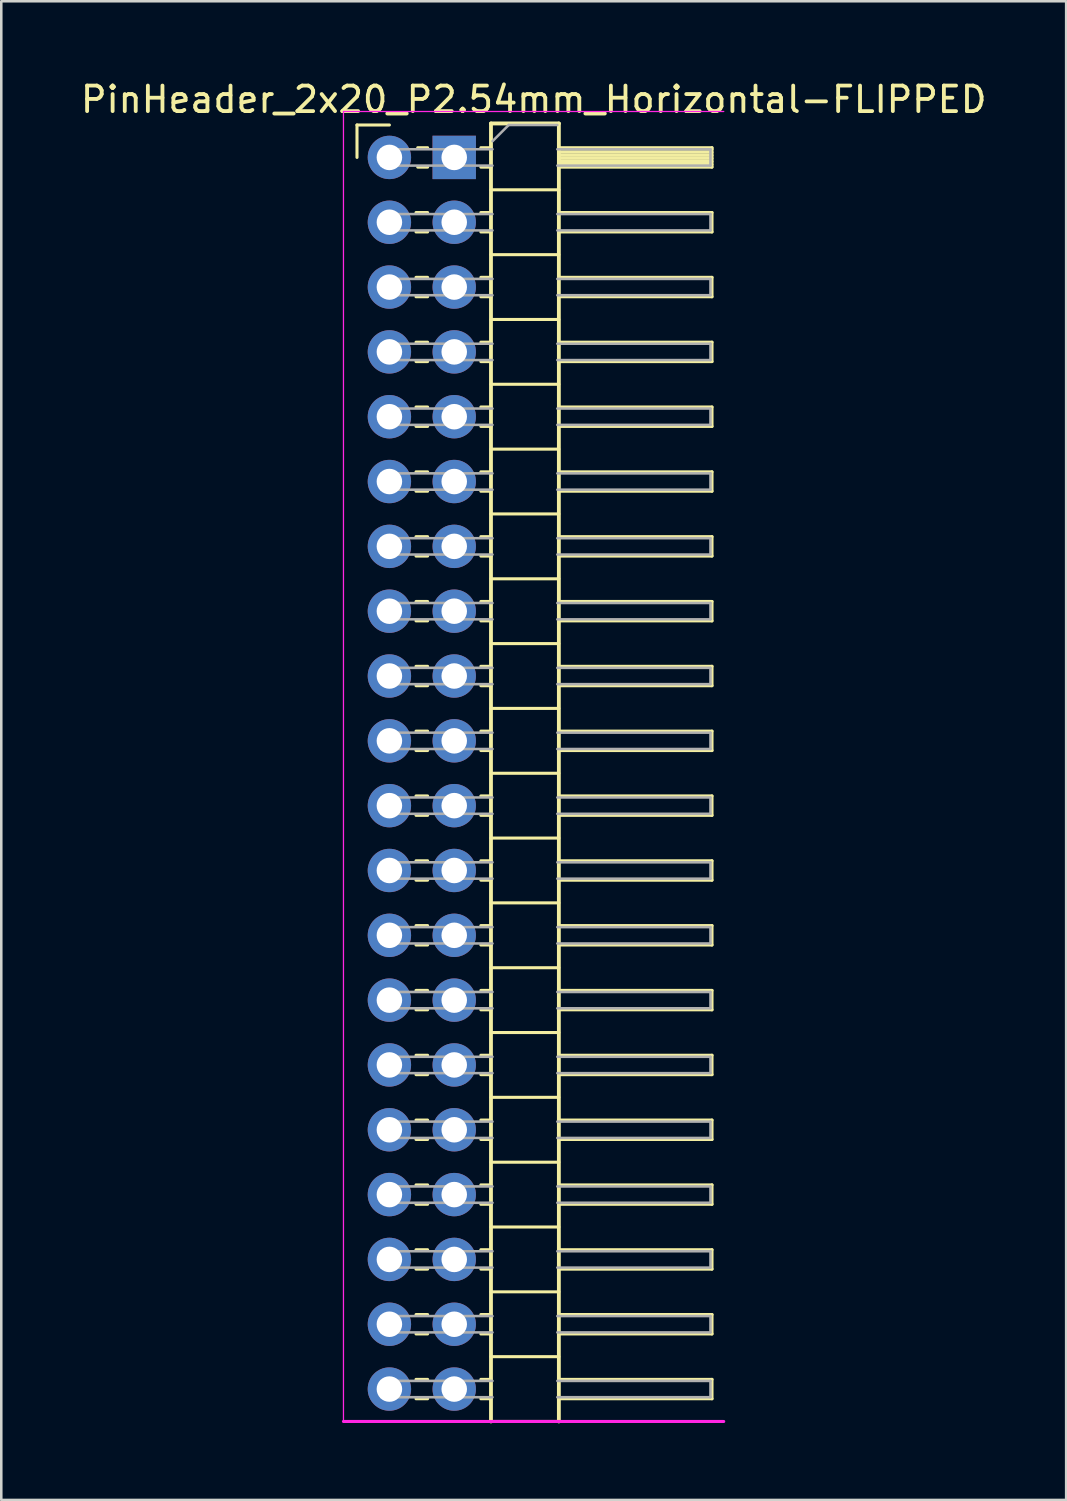
<source format=kicad_pcb>
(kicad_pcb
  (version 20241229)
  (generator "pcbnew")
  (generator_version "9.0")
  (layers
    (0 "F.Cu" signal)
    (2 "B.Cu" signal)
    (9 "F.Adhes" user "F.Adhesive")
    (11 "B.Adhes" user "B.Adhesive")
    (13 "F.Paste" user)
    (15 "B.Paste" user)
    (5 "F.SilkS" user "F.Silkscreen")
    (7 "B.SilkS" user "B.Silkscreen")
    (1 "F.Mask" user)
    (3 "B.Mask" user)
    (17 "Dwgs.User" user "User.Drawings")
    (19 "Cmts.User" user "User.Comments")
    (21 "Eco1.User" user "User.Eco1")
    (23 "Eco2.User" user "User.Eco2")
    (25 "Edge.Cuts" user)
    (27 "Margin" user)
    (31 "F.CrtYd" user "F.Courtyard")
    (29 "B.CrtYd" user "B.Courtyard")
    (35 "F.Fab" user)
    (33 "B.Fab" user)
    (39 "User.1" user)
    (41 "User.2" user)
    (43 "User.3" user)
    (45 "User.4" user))
  (footprint "PinHeader_2x20_P2.54mm_Horizontal-FLIPPED"
    (layer "F.Cu")
    (at 12.208 3.118)
    (property "Reference" "PinHeader_2x20_P2.54mm_Horizontal-FLIPPED" (at 5.655 -2.27 0) (layer "F.SilkS") (effects (font (size 1 1) (thickness 0.15))))
    (attr through_hole)
    (fp_line (start -1.27 -1.27) (end 0 -1.27) (stroke (width 0.12) (type solid)) (layer "F.SilkS"))
    (fp_line (start -1.27 0) (end -1.27 -1.27) (stroke (width 0.12) (type solid)) (layer "F.SilkS"))
    (fp_line (start 1.043 2.16) (end 1.497 2.16) (stroke (width 0.12) (type solid)) (layer "F.SilkS"))
    (fp_line (start 1.043 2.92) (end 1.497 2.92) (stroke (width 0.12) (type solid)) (layer "F.SilkS"))
    (fp_line (start 1.043 4.7) (end 1.497 4.7) (stroke (width 0.12) (type solid)) (layer "F.SilkS"))
    (fp_line (start 1.043 5.46) (end 1.497 5.46) (stroke (width 0.12) (type solid)) (layer "F.SilkS"))
    (fp_line (start 1.043 7.24) (end 1.497 7.24) (stroke (width 0.12) (type solid)) (layer "F.SilkS"))
    (fp_line (start 1.043 8) (end 1.497 8) (stroke (width 0.12) (type solid)) (layer "F.SilkS"))
    (fp_line (start 1.043 9.78) (end 1.497 9.78) (stroke (width 0.12) (type solid)) (layer "F.SilkS"))
    (fp_line (start 1.043 10.54) (end 1.497 10.54) (stroke (width 0.12) (type solid)) (layer "F.SilkS"))
    (fp_line (start 1.043 12.32) (end 1.497 12.32) (stroke (width 0.12) (type solid)) (layer "F.SilkS"))
    (fp_line (start 1.043 13.08) (end 1.497 13.08) (stroke (width 0.12) (type solid)) (layer "F.SilkS"))
    (fp_line (start 1.043 14.86) (end 1.497 14.86) (stroke (width 0.12) (type solid)) (layer "F.SilkS"))
    (fp_line (start 1.043 15.62) (end 1.497 15.62) (stroke (width 0.12) (type solid)) (layer "F.SilkS"))
    (fp_line (start 1.043 17.4) (end 1.497 17.4) (stroke (width 0.12) (type solid)) (layer "F.SilkS"))
    (fp_line (start 1.043 18.16) (end 1.497 18.16) (stroke (width 0.12) (type solid)) (layer "F.SilkS"))
    (fp_line (start 1.043 19.94) (end 1.497 19.94) (stroke (width 0.12) (type solid)) (layer "F.SilkS"))
    (fp_line (start 1.043 20.7) (end 1.497 20.7) (stroke (width 0.12) (type solid)) (layer "F.SilkS"))
    (fp_line (start 1.043 22.48) (end 1.497 22.48) (stroke (width 0.12) (type solid)) (layer "F.SilkS"))
    (fp_line (start 1.043 23.24) (end 1.497 23.24) (stroke (width 0.12) (type solid)) (layer "F.SilkS"))
    (fp_line (start 1.043 25.02) (end 1.497 25.02) (stroke (width 0.12) (type solid)) (layer "F.SilkS"))
    (fp_line (start 1.043 25.78) (end 1.497 25.78) (stroke (width 0.12) (type solid)) (layer "F.SilkS"))
    (fp_line (start 1.043 27.56) (end 1.497 27.56) (stroke (width 0.12) (type solid)) (layer "F.SilkS"))
    (fp_line (start 1.043 28.32) (end 1.497 28.32) (stroke (width 0.12) (type solid)) (layer "F.SilkS"))
    (fp_line (start 1.043 30.1) (end 1.497 30.1) (stroke (width 0.12) (type solid)) (layer "F.SilkS"))
    (fp_line (start 1.043 30.86) (end 1.497 30.86) (stroke (width 0.12) (type solid)) (layer "F.SilkS"))
    (fp_line (start 1.043 32.64) (end 1.497 32.64) (stroke (width 0.12) (type solid)) (layer "F.SilkS"))
    (fp_line (start 1.043 33.4) (end 1.497 33.4) (stroke (width 0.12) (type solid)) (layer "F.SilkS"))
    (fp_line (start 1.043 35.18) (end 1.497 35.18) (stroke (width 0.12) (type solid)) (layer "F.SilkS"))
    (fp_line (start 1.043 35.94) (end 1.497 35.94) (stroke (width 0.12) (type solid)) (layer "F.SilkS"))
    (fp_line (start 1.043 37.72) (end 1.497 37.72) (stroke (width 0.12) (type solid)) (layer "F.SilkS"))
    (fp_line (start 1.043 38.48) (end 1.497 38.48) (stroke (width 0.12) (type solid)) (layer "F.SilkS"))
    (fp_line (start 1.043 40.26) (end 1.497 40.26) (stroke (width 0.12) (type solid)) (layer "F.SilkS"))
    (fp_line (start 1.043 41.02) (end 1.497 41.02) (stroke (width 0.12) (type solid)) (layer "F.SilkS"))
    (fp_line (start 1.043 42.8) (end 1.497 42.8) (stroke (width 0.12) (type solid)) (layer "F.SilkS"))
    (fp_line (start 1.043 43.56) (end 1.497 43.56) (stroke (width 0.12) (type solid)) (layer "F.SilkS"))
    (fp_line (start 1.043 45.34) (end 1.497 45.34) (stroke (width 0.12) (type solid)) (layer "F.SilkS"))
    (fp_line (start 1.043 46.1) (end 1.497 46.1) (stroke (width 0.12) (type solid)) (layer "F.SilkS"))
    (fp_line (start 1.043 47.88) (end 1.497 47.88) (stroke (width 0.12) (type solid)) (layer "F.SilkS"))
    (fp_line (start 1.043 48.64) (end 1.497 48.64) (stroke (width 0.12) (type solid)) (layer "F.SilkS"))
    (fp_line (start 1.11 -0.38) (end 1.497 -0.38) (stroke (width 0.12) (type solid)) (layer "F.SilkS"))
    (fp_line (start 1.11 0.38) (end 1.497 0.38) (stroke (width 0.12) (type solid)) (layer "F.SilkS"))
    (fp_line (start 3.583 -0.38) (end 3.98 -0.38) (stroke (width 0.12) (type solid)) (layer "F.SilkS"))
    (fp_line (start 3.583 0.38) (end 3.98 0.38) (stroke (width 0.12) (type solid)) (layer "F.SilkS"))
    (fp_line (start 3.583 2.16) (end 3.98 2.16) (stroke (width 0.12) (type solid)) (layer "F.SilkS"))
    (fp_line (start 3.583 2.92) (end 3.98 2.92) (stroke (width 0.12) (type solid)) (layer "F.SilkS"))
    (fp_line (start 3.583 4.7) (end 3.98 4.7) (stroke (width 0.12) (type solid)) (layer "F.SilkS"))
    (fp_line (start 3.583 5.46) (end 3.98 5.46) (stroke (width 0.12) (type solid)) (layer "F.SilkS"))
    (fp_line (start 3.583 7.24) (end 3.98 7.24) (stroke (width 0.12) (type solid)) (layer "F.SilkS"))
    (fp_line (start 3.583 8) (end 3.98 8) (stroke (width 0.12) (type solid)) (layer "F.SilkS"))
    (fp_line (start 3.583 9.78) (end 3.98 9.78) (stroke (width 0.12) (type solid)) (layer "F.SilkS"))
    (fp_line (start 3.583 10.54) (end 3.98 10.54) (stroke (width 0.12) (type solid)) (layer "F.SilkS"))
    (fp_line (start 3.583 12.32) (end 3.98 12.32) (stroke (width 0.12) (type solid)) (layer "F.SilkS"))
    (fp_line (start 3.583 13.08) (end 3.98 13.08) (stroke (width 0.12) (type solid)) (layer "F.SilkS"))
    (fp_line (start 3.583 14.86) (end 3.98 14.86) (stroke (width 0.12) (type solid)) (layer "F.SilkS"))
    (fp_line (start 3.583 15.62) (end 3.98 15.62) (stroke (width 0.12) (type solid)) (layer "F.SilkS"))
    (fp_line (start 3.583 17.4) (end 3.98 17.4) (stroke (width 0.12) (type solid)) (layer "F.SilkS"))
    (fp_line (start 3.583 18.16) (end 3.98 18.16) (stroke (width 0.12) (type solid)) (layer "F.SilkS"))
    (fp_line (start 3.583 19.94) (end 3.98 19.94) (stroke (width 0.12) (type solid)) (layer "F.SilkS"))
    (fp_line (start 3.583 20.7) (end 3.98 20.7) (stroke (width 0.12) (type solid)) (layer "F.SilkS"))
    (fp_line (start 3.583 22.48) (end 3.98 22.48) (stroke (width 0.12) (type solid)) (layer "F.SilkS"))
    (fp_line (start 3.583 23.24) (end 3.98 23.24) (stroke (width 0.12) (type solid)) (layer "F.SilkS"))
    (fp_line (start 3.583 25.02) (end 3.98 25.02) (stroke (width 0.12) (type solid)) (layer "F.SilkS"))
    (fp_line (start 3.583 25.78) (end 3.98 25.78) (stroke (width 0.12) (type solid)) (layer "F.SilkS"))
    (fp_line (start 3.583 27.56) (end 3.98 27.56) (stroke (width 0.12) (type solid)) (layer "F.SilkS"))
    (fp_line (start 3.583 28.32) (end 3.98 28.32) (stroke (width 0.12) (type solid)) (layer "F.SilkS"))
    (fp_line (start 3.583 30.1) (end 3.98 30.1) (stroke (width 0.12) (type solid)) (layer "F.SilkS"))
    (fp_line (start 3.583 30.86) (end 3.98 30.86) (stroke (width 0.12) (type solid)) (layer "F.SilkS"))
    (fp_line (start 3.583 32.64) (end 3.98 32.64) (stroke (width 0.12) (type solid)) (layer "F.SilkS"))
    (fp_line (start 3.583 33.4) (end 3.98 33.4) (stroke (width 0.12) (type solid)) (layer "F.SilkS"))
    (fp_line (start 3.583 35.18) (end 3.98 35.18) (stroke (width 0.12) (type solid)) (layer "F.SilkS"))
    (fp_line (start 3.583 35.94) (end 3.98 35.94) (stroke (width 0.12) (type solid)) (layer "F.SilkS"))
    (fp_line (start 3.583 37.72) (end 3.98 37.72) (stroke (width 0.12) (type solid)) (layer "F.SilkS"))
    (fp_line (start 3.583 38.48) (end 3.98 38.48) (stroke (width 0.12) (type solid)) (layer "F.SilkS"))
    (fp_line (start 3.583 40.26) (end 3.98 40.26) (stroke (width 0.12) (type solid)) (layer "F.SilkS"))
    (fp_line (start 3.583 41.02) (end 3.98 41.02) (stroke (width 0.12) (type solid)) (layer "F.SilkS"))
    (fp_line (start 3.583 42.8) (end 3.98 42.8) (stroke (width 0.12) (type solid)) (layer "F.SilkS"))
    (fp_line (start 3.583 43.56) (end 3.98 43.56) (stroke (width 0.12) (type solid)) (layer "F.SilkS"))
    (fp_line (start 3.583 45.34) (end 3.98 45.34) (stroke (width 0.12) (type solid)) (layer "F.SilkS"))
    (fp_line (start 3.583 46.1) (end 3.98 46.1) (stroke (width 0.12) (type solid)) (layer "F.SilkS"))
    (fp_line (start 3.583 47.88) (end 3.98 47.88) (stroke (width 0.12) (type solid)) (layer "F.SilkS"))
    (fp_line (start 3.583 48.64) (end 3.98 48.64) (stroke (width 0.12) (type solid)) (layer "F.SilkS"))
    (fp_line (start 3.98 -1.33) (end 6.64 -1.33) (stroke (width 0.15) (type solid)) (layer "F.SilkS"))
    (fp_line (start 3.98 1.27) (end 6.64 1.27) (stroke (width 0.12) (type solid)) (layer "F.SilkS"))
    (fp_line (start 3.98 3.81) (end 6.64 3.81) (stroke (width 0.12) (type solid)) (layer "F.SilkS"))
    (fp_line (start 3.98 6.35) (end 6.64 6.35) (stroke (width 0.12) (type solid)) (layer "F.SilkS"))
    (fp_line (start 3.98 8.89) (end 6.64 8.89) (stroke (width 0.12) (type solid)) (layer "F.SilkS"))
    (fp_line (start 3.98 11.43) (end 6.64 11.43) (stroke (width 0.12) (type solid)) (layer "F.SilkS"))
    (fp_line (start 3.98 13.97) (end 6.64 13.97) (stroke (width 0.12) (type solid)) (layer "F.SilkS"))
    (fp_line (start 3.98 16.51) (end 6.64 16.51) (stroke (width 0.12) (type solid)) (layer "F.SilkS"))
    (fp_line (start 3.98 19.05) (end 6.64 19.05) (stroke (width 0.12) (type solid)) (layer "F.SilkS"))
    (fp_line (start 3.98 21.59) (end 6.64 21.59) (stroke (width 0.12) (type solid)) (layer "F.SilkS"))
    (fp_line (start 3.98 24.13) (end 6.64 24.13) (stroke (width 0.12) (type solid)) (layer "F.SilkS"))
    (fp_line (start 3.98 26.67) (end 6.64 26.67) (stroke (width 0.12) (type solid)) (layer "F.SilkS"))
    (fp_line (start 3.98 29.21) (end 6.64 29.21) (stroke (width 0.12) (type solid)) (layer "F.SilkS"))
    (fp_line (start 3.98 31.75) (end 6.64 31.75) (stroke (width 0.12) (type solid)) (layer "F.SilkS"))
    (fp_line (start 3.98 34.29) (end 6.64 34.29) (stroke (width 0.12) (type solid)) (layer "F.SilkS"))
    (fp_line (start 3.98 36.83) (end 6.64 36.83) (stroke (width 0.12) (type solid)) (layer "F.SilkS"))
    (fp_line (start 3.98 39.37) (end 6.64 39.37) (stroke (width 0.12) (type solid)) (layer "F.SilkS"))
    (fp_line (start 3.98 41.91) (end 6.64 41.91) (stroke (width 0.12) (type solid)) (layer "F.SilkS"))
    (fp_line (start 3.98 44.45) (end 6.64 44.45) (stroke (width 0.12) (type solid)) (layer "F.SilkS"))
    (fp_line (start 3.98 46.99) (end 6.64 46.99) (stroke (width 0.12) (type solid)) (layer "F.SilkS"))
    (fp_line (start 3.98 49.53) (end 3.98 -1.33) (stroke (width 0.15) (type solid)) (layer "F.SilkS"))
    (fp_line (start 3.98 49.53) (end 6.64 49.53) (stroke (width 0.12) (type solid)) (layer "F.SilkS"))
    (fp_line (start 6.64 -1.33) (end 3.98 -1.33) (stroke (width 0.12) (type solid)) (layer "F.SilkS"))
    (fp_line (start 6.64 -1.33) (end 6.64 49.53) (stroke (width 0.15) (type solid)) (layer "F.SilkS"))
    (fp_line (start 6.64 -0.38) (end 12.64 -0.38) (stroke (width 0.12) (type solid)) (layer "F.SilkS"))
    (fp_line (start 6.64 -0.32) (end 12.64 -0.32) (stroke (width 0.12) (type solid)) (layer "F.SilkS"))
    (fp_line (start 6.64 -0.2) (end 12.64 -0.2) (stroke (width 0.12) (type solid)) (layer "F.SilkS"))
    (fp_line (start 6.64 -0.08) (end 12.64 -0.08) (stroke (width 0.12) (type solid)) (layer "F.SilkS"))
    (fp_line (start 6.64 0.04) (end 12.64 0.04) (stroke (width 0.12) (type solid)) (layer "F.SilkS"))
    (fp_line (start 6.64 0.16) (end 12.64 0.16) (stroke (width 0.12) (type solid)) (layer "F.SilkS"))
    (fp_line (start 6.64 0.28) (end 12.64 0.28) (stroke (width 0.12) (type solid)) (layer "F.SilkS"))
    (fp_line (start 6.64 2.16) (end 12.64 2.16) (stroke (width 0.12) (type solid)) (layer "F.SilkS"))
    (fp_line (start 6.64 4.7) (end 12.64 4.7) (stroke (width 0.12) (type solid)) (layer "F.SilkS"))
    (fp_line (start 6.64 7.24) (end 12.64 7.24) (stroke (width 0.12) (type solid)) (layer "F.SilkS"))
    (fp_line (start 6.64 9.78) (end 12.64 9.78) (stroke (width 0.12) (type solid)) (layer "F.SilkS"))
    (fp_line (start 6.64 12.32) (end 12.64 12.32) (stroke (width 0.12) (type solid)) (layer "F.SilkS"))
    (fp_line (start 6.64 14.86) (end 12.64 14.86) (stroke (width 0.12) (type solid)) (layer "F.SilkS"))
    (fp_line (start 6.64 17.4) (end 12.64 17.4) (stroke (width 0.12) (type solid)) (layer "F.SilkS"))
    (fp_line (start 6.64 19.94) (end 12.64 19.94) (stroke (width 0.12) (type solid)) (layer "F.SilkS"))
    (fp_line (start 6.64 22.48) (end 12.64 22.48) (stroke (width 0.12) (type solid)) (layer "F.SilkS"))
    (fp_line (start 6.64 25.02) (end 12.64 25.02) (stroke (width 0.12) (type solid)) (layer "F.SilkS"))
    (fp_line (start 6.64 27.56) (end 12.64 27.56) (stroke (width 0.12) (type solid)) (layer "F.SilkS"))
    (fp_line (start 6.64 30.1) (end 12.64 30.1) (stroke (width 0.12) (type solid)) (layer "F.SilkS"))
    (fp_line (start 6.64 32.64) (end 12.64 32.64) (stroke (width 0.12) (type solid)) (layer "F.SilkS"))
    (fp_line (start 6.64 35.18) (end 12.64 35.18) (stroke (width 0.12) (type solid)) (layer "F.SilkS"))
    (fp_line (start 6.64 37.72) (end 12.64 37.72) (stroke (width 0.12) (type solid)) (layer "F.SilkS"))
    (fp_line (start 6.64 40.26) (end 12.64 40.26) (stroke (width 0.12) (type solid)) (layer "F.SilkS"))
    (fp_line (start 6.64 42.8) (end 12.64 42.8) (stroke (width 0.12) (type solid)) (layer "F.SilkS"))
    (fp_line (start 6.64 45.34) (end 12.64 45.34) (stroke (width 0.12) (type solid)) (layer "F.SilkS"))
    (fp_line (start 6.64 47.88) (end 12.64 47.88) (stroke (width 0.12) (type solid)) (layer "F.SilkS"))
    (fp_line (start 12.64 -0.38) (end 12.64 0.38) (stroke (width 0.12) (type solid)) (layer "F.SilkS"))
    (fp_line (start 12.64 0.38) (end 6.64 0.38) (stroke (width 0.12) (type solid)) (layer "F.SilkS"))
    (fp_line (start 12.64 2.16) (end 12.64 2.92) (stroke (width 0.12) (type solid)) (layer "F.SilkS"))
    (fp_line (start 12.64 2.92) (end 6.64 2.92) (stroke (width 0.12) (type solid)) (layer "F.SilkS"))
    (fp_line (start 12.64 4.7) (end 12.64 5.46) (stroke (width 0.12) (type solid)) (layer "F.SilkS"))
    (fp_line (start 12.64 5.46) (end 6.64 5.46) (stroke (width 0.12) (type solid)) (layer "F.SilkS"))
    (fp_line (start 12.64 7.24) (end 12.64 8) (stroke (width 0.12) (type solid)) (layer "F.SilkS"))
    (fp_line (start 12.64 8) (end 6.64 8) (stroke (width 0.12) (type solid)) (layer "F.SilkS"))
    (fp_line (start 12.64 9.78) (end 12.64 10.54) (stroke (width 0.12) (type solid)) (layer "F.SilkS"))
    (fp_line (start 12.64 10.54) (end 6.64 10.54) (stroke (width 0.12) (type solid)) (layer "F.SilkS"))
    (fp_line (start 12.64 12.32) (end 12.64 13.08) (stroke (width 0.12) (type solid)) (layer "F.SilkS"))
    (fp_line (start 12.64 13.08) (end 6.64 13.08) (stroke (width 0.12) (type solid)) (layer "F.SilkS"))
    (fp_line (start 12.64 14.86) (end 12.64 15.62) (stroke (width 0.12) (type solid)) (layer "F.SilkS"))
    (fp_line (start 12.64 15.62) (end 6.64 15.62) (stroke (width 0.12) (type solid)) (layer "F.SilkS"))
    (fp_line (start 12.64 17.4) (end 12.64 18.16) (stroke (width 0.12) (type solid)) (layer "F.SilkS"))
    (fp_line (start 12.64 18.16) (end 6.64 18.16) (stroke (width 0.12) (type solid)) (layer "F.SilkS"))
    (fp_line (start 12.64 19.94) (end 12.64 20.7) (stroke (width 0.12) (type solid)) (layer "F.SilkS"))
    (fp_line (start 12.64 20.7) (end 6.64 20.7) (stroke (width 0.12) (type solid)) (layer "F.SilkS"))
    (fp_line (start 12.64 22.48) (end 12.64 23.24) (stroke (width 0.12) (type solid)) (layer "F.SilkS"))
    (fp_line (start 12.64 23.24) (end 6.64 23.24) (stroke (width 0.12) (type solid)) (layer "F.SilkS"))
    (fp_line (start 12.64 25.02) (end 12.64 25.78) (stroke (width 0.12) (type solid)) (layer "F.SilkS"))
    (fp_line (start 12.64 25.78) (end 6.64 25.78) (stroke (width 0.12) (type solid)) (layer "F.SilkS"))
    (fp_line (start 12.64 27.56) (end 12.64 28.32) (stroke (width 0.12) (type solid)) (layer "F.SilkS"))
    (fp_line (start 12.64 28.32) (end 6.64 28.32) (stroke (width 0.12) (type solid)) (layer "F.SilkS"))
    (fp_line (start 12.64 30.1) (end 12.64 30.86) (stroke (width 0.12) (type solid)) (layer "F.SilkS"))
    (fp_line (start 12.64 30.86) (end 6.64 30.86) (stroke (width 0.12) (type solid)) (layer "F.SilkS"))
    (fp_line (start 12.64 32.64) (end 12.64 33.4) (stroke (width 0.12) (type solid)) (layer "F.SilkS"))
    (fp_line (start 12.64 33.4) (end 6.64 33.4) (stroke (width 0.12) (type solid)) (layer "F.SilkS"))
    (fp_line (start 12.64 35.18) (end 12.64 35.94) (stroke (width 0.12) (type solid)) (layer "F.SilkS"))
    (fp_line (start 12.64 35.94) (end 6.64 35.94) (stroke (width 0.12) (type solid)) (layer "F.SilkS"))
    (fp_line (start 12.64 37.72) (end 12.64 38.48) (stroke (width 0.12) (type solid)) (layer "F.SilkS"))
    (fp_line (start 12.64 38.48) (end 6.64 38.48) (stroke (width 0.12) (type solid)) (layer "F.SilkS"))
    (fp_line (start 12.64 40.26) (end 12.64 41.02) (stroke (width 0.12) (type solid)) (layer "F.SilkS"))
    (fp_line (start 12.64 41.02) (end 6.64 41.02) (stroke (width 0.12) (type solid)) (layer "F.SilkS"))
    (fp_line (start 12.64 42.8) (end 12.64 43.56) (stroke (width 0.12) (type solid)) (layer "F.SilkS"))
    (fp_line (start 12.64 43.56) (end 6.64 43.56) (stroke (width 0.12) (type solid)) (layer "F.SilkS"))
    (fp_line (start 12.64 45.34) (end 12.64 46.1) (stroke (width 0.12) (type solid)) (layer "F.SilkS"))
    (fp_line (start 12.64 46.1) (end 6.64 46.1) (stroke (width 0.12) (type solid)) (layer "F.SilkS"))
    (fp_line (start 12.64 47.88) (end 12.64 48.64) (stroke (width 0.12) (type solid)) (layer "F.SilkS"))
    (fp_line (start 12.64 48.64) (end 6.64 48.64) (stroke (width 0.12) (type solid)) (layer "F.SilkS"))
    (fp_line (start -1.8 -1.8) (end -1.8 49.53) (stroke (width 0.05) (type solid)) (layer "F.CrtYd"))
    (fp_line (start -1.8 49.53) (end 13.1 49.53) (stroke (width 0.12) (type solid)) (layer "F.CrtYd"))
    (fp_line (start 13.1 -1.8) (end -1.8 -1.8) (stroke (width 0.05) (type solid)) (layer "F.CrtYd"))
    (fp_line (start -0.32 -0.32) (end 4.04 -0.32) (stroke (width 0.1) (type solid)) (layer "F.Fab"))
    (fp_line (start -0.32 0.32) (end 4.04 0.32) (stroke (width 0.1) (type solid)) (layer "F.Fab"))
    (fp_line (start -0.32 2.22) (end 4.04 2.22) (stroke (width 0.1) (type solid)) (layer "F.Fab"))
    (fp_line (start -0.32 2.86) (end 4.04 2.86) (stroke (width 0.1) (type solid)) (layer "F.Fab"))
    (fp_line (start -0.32 4.76) (end 4.04 4.76) (stroke (width 0.1) (type solid)) (layer "F.Fab"))
    (fp_line (start -0.32 5.4) (end 4.04 5.4) (stroke (width 0.1) (type solid)) (layer "F.Fab"))
    (fp_line (start -0.32 7.3) (end 4.04 7.3) (stroke (width 0.1) (type solid)) (layer "F.Fab"))
    (fp_line (start -0.32 7.94) (end 4.04 7.94) (stroke (width 0.1) (type solid)) (layer "F.Fab"))
    (fp_line (start -0.32 9.84) (end 4.04 9.84) (stroke (width 0.1) (type solid)) (layer "F.Fab"))
    (fp_line (start -0.32 10.48) (end 4.04 10.48) (stroke (width 0.1) (type solid)) (layer "F.Fab"))
    (fp_line (start -0.32 12.38) (end 4.04 12.38) (stroke (width 0.1) (type solid)) (layer "F.Fab"))
    (fp_line (start -0.32 13.02) (end 4.04 13.02) (stroke (width 0.1) (type solid)) (layer "F.Fab"))
    (fp_line (start -0.32 14.92) (end 4.04 14.92) (stroke (width 0.1) (type solid)) (layer "F.Fab"))
    (fp_line (start -0.32 15.56) (end 4.04 15.56) (stroke (width 0.1) (type solid)) (layer "F.Fab"))
    (fp_line (start -0.32 17.46) (end 4.04 17.46) (stroke (width 0.1) (type solid)) (layer "F.Fab"))
    (fp_line (start -0.32 18.1) (end 4.04 18.1) (stroke (width 0.1) (type solid)) (layer "F.Fab"))
    (fp_line (start -0.32 20) (end 4.04 20) (stroke (width 0.1) (type solid)) (layer "F.Fab"))
    (fp_line (start -0.32 20.64) (end 4.04 20.64) (stroke (width 0.1) (type solid)) (layer "F.Fab"))
    (fp_line (start -0.32 22.54) (end 4.04 22.54) (stroke (width 0.1) (type solid)) (layer "F.Fab"))
    (fp_line (start -0.32 23.18) (end 4.04 23.18) (stroke (width 0.1) (type solid)) (layer "F.Fab"))
    (fp_line (start -0.32 25.08) (end 4.04 25.08) (stroke (width 0.1) (type solid)) (layer "F.Fab"))
    (fp_line (start -0.32 25.72) (end 4.04 25.72) (stroke (width 0.1) (type solid)) (layer "F.Fab"))
    (fp_line (start -0.32 27.62) (end 4.04 27.62) (stroke (width 0.1) (type solid)) (layer "F.Fab"))
    (fp_line (start -0.32 28.26) (end 4.04 28.26) (stroke (width 0.1) (type solid)) (layer "F.Fab"))
    (fp_line (start -0.32 30.16) (end 4.04 30.16) (stroke (width 0.1) (type solid)) (layer "F.Fab"))
    (fp_line (start -0.32 30.8) (end 4.04 30.8) (stroke (width 0.1) (type solid)) (layer "F.Fab"))
    (fp_line (start -0.32 32.7) (end 4.04 32.7) (stroke (width 0.1) (type solid)) (layer "F.Fab"))
    (fp_line (start -0.32 33.34) (end 4.04 33.34) (stroke (width 0.1) (type solid)) (layer "F.Fab"))
    (fp_line (start -0.32 35.24) (end 4.04 35.24) (stroke (width 0.1) (type solid)) (layer "F.Fab"))
    (fp_line (start -0.32 35.88) (end 4.04 35.88) (stroke (width 0.1) (type solid)) (layer "F.Fab"))
    (fp_line (start -0.32 37.78) (end 4.04 37.78) (stroke (width 0.1) (type solid)) (layer "F.Fab"))
    (fp_line (start -0.32 38.42) (end 4.04 38.42) (stroke (width 0.1) (type solid)) (layer "F.Fab"))
    (fp_line (start -0.32 40.32) (end 4.04 40.32) (stroke (width 0.1) (type solid)) (layer "F.Fab"))
    (fp_line (start -0.32 40.96) (end 4.04 40.96) (stroke (width 0.1) (type solid)) (layer "F.Fab"))
    (fp_line (start -0.32 42.86) (end 4.04 42.86) (stroke (width 0.1) (type solid)) (layer "F.Fab"))
    (fp_line (start -0.32 43.5) (end 4.04 43.5) (stroke (width 0.1) (type solid)) (layer "F.Fab"))
    (fp_line (start -0.32 45.4) (end 4.04 45.4) (stroke (width 0.1) (type solid)) (layer "F.Fab"))
    (fp_line (start -0.32 46.04) (end 4.04 46.04) (stroke (width 0.1) (type solid)) (layer "F.Fab"))
    (fp_line (start -0.32 47.94) (end 4.04 47.94) (stroke (width 0.1) (type solid)) (layer "F.Fab"))
    (fp_line (start -0.32 48.58) (end 4.04 48.58) (stroke (width 0.1) (type solid)) (layer "F.Fab"))
    (fp_line (start 2.22 -0.32) (end 2.22 0.32) (stroke (width 0.1) (type solid)) (layer "F.Fab"))
    (fp_line (start 2.22 2.22) (end 2.22 2.86) (stroke (width 0.1) (type solid)) (layer "F.Fab"))
    (fp_line (start 2.22 4.76) (end 2.22 5.4) (stroke (width 0.1) (type solid)) (layer "F.Fab"))
    (fp_line (start 2.22 7.3) (end 2.22 7.94) (stroke (width 0.1) (type solid)) (layer "F.Fab"))
    (fp_line (start 2.22 9.84) (end 2.22 10.48) (stroke (width 0.1) (type solid)) (layer "F.Fab"))
    (fp_line (start 2.22 12.38) (end 2.22 13.02) (stroke (width 0.1) (type solid)) (layer "F.Fab"))
    (fp_line (start 2.22 14.92) (end 2.22 15.56) (stroke (width 0.1) (type solid)) (layer "F.Fab"))
    (fp_line (start 2.22 17.46) (end 2.22 18.1) (stroke (width 0.1) (type solid)) (layer "F.Fab"))
    (fp_line (start 2.22 20) (end 2.22 20.64) (stroke (width 0.1) (type solid)) (layer "F.Fab"))
    (fp_line (start 2.22 22.54) (end 2.22 23.18) (stroke (width 0.1) (type solid)) (layer "F.Fab"))
    (fp_line (start 2.22 25.08) (end 2.22 25.72) (stroke (width 0.1) (type solid)) (layer "F.Fab"))
    (fp_line (start 2.22 27.62) (end 2.22 28.26) (stroke (width 0.1) (type solid)) (layer "F.Fab"))
    (fp_line (start 2.22 30.16) (end 2.22 30.8) (stroke (width 0.1) (type solid)) (layer "F.Fab"))
    (fp_line (start 2.22 32.7) (end 2.22 33.34) (stroke (width 0.1) (type solid)) (layer "F.Fab"))
    (fp_line (start 2.22 35.24) (end 2.22 35.88) (stroke (width 0.1) (type solid)) (layer "F.Fab"))
    (fp_line (start 2.22 37.78) (end 2.22 38.42) (stroke (width 0.1) (type solid)) (layer "F.Fab"))
    (fp_line (start 2.22 40.32) (end 2.22 40.96) (stroke (width 0.1) (type solid)) (layer "F.Fab"))
    (fp_line (start 2.22 42.86) (end 2.22 43.5) (stroke (width 0.1) (type solid)) (layer "F.Fab"))
    (fp_line (start 2.22 45.4) (end 2.22 46.04) (stroke (width 0.1) (type solid)) (layer "F.Fab"))
    (fp_line (start 2.22 47.94) (end 2.22 48.58) (stroke (width 0.1) (type solid)) (layer "F.Fab"))
    (fp_line (start 4.04 -0.635) (end 4.675 -1.27) (stroke (width 0.1) (type solid)) (layer "F.Fab"))
    (fp_line (start 4.675 -1.27) (end 6.58 -1.27) (stroke (width 0.1) (type solid)) (layer "F.Fab"))
    (fp_line (start 6.58 -0.32) (end 12.58 -0.32) (stroke (width 0.1) (type solid)) (layer "F.Fab"))
    (fp_line (start 6.58 0.32) (end 12.58 0.32) (stroke (width 0.1) (type solid)) (layer "F.Fab"))
    (fp_line (start 6.58 2.22) (end 12.58 2.22) (stroke (width 0.1) (type solid)) (layer "F.Fab"))
    (fp_line (start 6.58 2.86) (end 12.58 2.86) (stroke (width 0.1) (type solid)) (layer "F.Fab"))
    (fp_line (start 6.58 4.76) (end 12.58 4.76) (stroke (width 0.1) (type solid)) (layer "F.Fab"))
    (fp_line (start 6.58 5.4) (end 12.58 5.4) (stroke (width 0.1) (type solid)) (layer "F.Fab"))
    (fp_line (start 6.58 7.3) (end 12.58 7.3) (stroke (width 0.1) (type solid)) (layer "F.Fab"))
    (fp_line (start 6.58 7.94) (end 12.58 7.94) (stroke (width 0.1) (type solid)) (layer "F.Fab"))
    (fp_line (start 6.58 9.84) (end 12.58 9.84) (stroke (width 0.1) (type solid)) (layer "F.Fab"))
    (fp_line (start 6.58 10.48) (end 12.58 10.48) (stroke (width 0.1) (type solid)) (layer "F.Fab"))
    (fp_line (start 6.58 12.38) (end 12.58 12.38) (stroke (width 0.1) (type solid)) (layer "F.Fab"))
    (fp_line (start 6.58 13.02) (end 12.58 13.02) (stroke (width 0.1) (type solid)) (layer "F.Fab"))
    (fp_line (start 6.58 14.92) (end 12.58 14.92) (stroke (width 0.1) (type solid)) (layer "F.Fab"))
    (fp_line (start 6.58 15.56) (end 12.58 15.56) (stroke (width 0.1) (type solid)) (layer "F.Fab"))
    (fp_line (start 6.58 17.46) (end 12.58 17.46) (stroke (width 0.1) (type solid)) (layer "F.Fab"))
    (fp_line (start 6.58 18.1) (end 12.58 18.1) (stroke (width 0.1) (type solid)) (layer "F.Fab"))
    (fp_line (start 6.58 20) (end 12.58 20) (stroke (width 0.1) (type solid)) (layer "F.Fab"))
    (fp_line (start 6.58 20.64) (end 12.58 20.64) (stroke (width 0.1) (type solid)) (layer "F.Fab"))
    (fp_line (start 6.58 22.54) (end 12.58 22.54) (stroke (width 0.1) (type solid)) (layer "F.Fab"))
    (fp_line (start 6.58 23.18) (end 12.58 23.18) (stroke (width 0.1) (type solid)) (layer "F.Fab"))
    (fp_line (start 6.58 25.08) (end 12.58 25.08) (stroke (width 0.1) (type solid)) (layer "F.Fab"))
    (fp_line (start 6.58 25.72) (end 12.58 25.72) (stroke (width 0.1) (type solid)) (layer "F.Fab"))
    (fp_line (start 6.58 27.62) (end 12.58 27.62) (stroke (width 0.1) (type solid)) (layer "F.Fab"))
    (fp_line (start 6.58 28.26) (end 12.58 28.26) (stroke (width 0.1) (type solid)) (layer "F.Fab"))
    (fp_line (start 6.58 30.16) (end 12.58 30.16) (stroke (width 0.1) (type solid)) (layer "F.Fab"))
    (fp_line (start 6.58 30.8) (end 12.58 30.8) (stroke (width 0.1) (type solid)) (layer "F.Fab"))
    (fp_line (start 6.58 32.7) (end 12.58 32.7) (stroke (width 0.1) (type solid)) (layer "F.Fab"))
    (fp_line (start 6.58 33.34) (end 12.58 33.34) (stroke (width 0.1) (type solid)) (layer "F.Fab"))
    (fp_line (start 6.58 35.24) (end 12.58 35.24) (stroke (width 0.1) (type solid)) (layer "F.Fab"))
    (fp_line (start 6.58 35.88) (end 12.58 35.88) (stroke (width 0.1) (type solid)) (layer "F.Fab"))
    (fp_line (start 6.58 37.78) (end 12.58 37.78) (stroke (width 0.1) (type solid)) (layer "F.Fab"))
    (fp_line (start 6.58 38.42) (end 12.58 38.42) (stroke (width 0.1) (type solid)) (layer "F.Fab"))
    (fp_line (start 6.58 40.32) (end 12.58 40.32) (stroke (width 0.1) (type solid)) (layer "F.Fab"))
    (fp_line (start 6.58 40.96) (end 12.58 40.96) (stroke (width 0.1) (type solid)) (layer "F.Fab"))
    (fp_line (start 6.58 42.86) (end 12.58 42.86) (stroke (width 0.1) (type solid)) (layer "F.Fab"))
    (fp_line (start 6.58 43.5) (end 12.58 43.5) (stroke (width 0.1) (type solid)) (layer "F.Fab"))
    (fp_line (start 6.58 45.4) (end 12.58 45.4) (stroke (width 0.1) (type solid)) (layer "F.Fab"))
    (fp_line (start 6.58 46.04) (end 12.58 46.04) (stroke (width 0.1) (type solid)) (layer "F.Fab"))
    (fp_line (start 6.58 47.94) (end 12.58 47.94) (stroke (width 0.1) (type solid)) (layer "F.Fab"))
    (fp_line (start 6.58 48.58) (end 12.58 48.58) (stroke (width 0.1) (type solid)) (layer "F.Fab"))
    (fp_line (start 12.58 -0.32) (end 12.58 0.32) (stroke (width 0.1) (type solid)) (layer "F.Fab"))
    (fp_line (start 12.58 2.22) (end 12.58 2.86) (stroke (width 0.1) (type solid)) (layer "F.Fab"))
    (fp_line (start 12.58 4.76) (end 12.58 5.4) (stroke (width 0.1) (type solid)) (layer "F.Fab"))
    (fp_line (start 12.58 7.3) (end 12.58 7.94) (stroke (width 0.1) (type solid)) (layer "F.Fab"))
    (fp_line (start 12.58 9.84) (end 12.58 10.48) (stroke (width 0.1) (type solid)) (layer "F.Fab"))
    (fp_line (start 12.58 12.38) (end 12.58 13.02) (stroke (width 0.1) (type solid)) (layer "F.Fab"))
    (fp_line (start 12.58 14.92) (end 12.58 15.56) (stroke (width 0.1) (type solid)) (layer "F.Fab"))
    (fp_line (start 12.58 17.46) (end 12.58 18.1) (stroke (width 0.1) (type solid)) (layer "F.Fab"))
    (fp_line (start 12.58 20) (end 12.58 20.64) (stroke (width 0.1) (type solid)) (layer "F.Fab"))
    (fp_line (start 12.58 22.54) (end 12.58 23.18) (stroke (width 0.1) (type solid)) (layer "F.Fab"))
    (fp_line (start 12.58 25.08) (end 12.58 25.72) (stroke (width 0.1) (type solid)) (layer "F.Fab"))
    (fp_line (start 12.58 27.62) (end 12.58 28.26) (stroke (width 0.1) (type solid)) (layer "F.Fab"))
    (fp_line (start 12.58 30.16) (end 12.58 30.8) (stroke (width 0.1) (type solid)) (layer "F.Fab"))
    (fp_line (start 12.58 32.7) (end 12.58 33.34) (stroke (width 0.1) (type solid)) (layer "F.Fab"))
    (fp_line (start 12.58 35.24) (end 12.58 35.88) (stroke (width 0.1) (type solid)) (layer "F.Fab"))
    (fp_line (start 12.58 37.78) (end 12.58 38.42) (stroke (width 0.1) (type solid)) (layer "F.Fab"))
    (fp_line (start 12.58 40.32) (end 12.58 40.96) (stroke (width 0.1) (type solid)) (layer "F.Fab"))
    (fp_line (start 12.58 42.86) (end 12.58 43.5) (stroke (width 0.1) (type solid)) (layer "F.Fab"))
    (fp_line (start 12.58 45.4) (end 12.58 46.04) (stroke (width 0.1) (type solid)) (layer "F.Fab"))
    (fp_line (start 12.58 47.94) (end 12.58 48.58) (stroke (width 0.1) (type solid)) (layer "F.Fab"))
    (pad "1" thru_hole rect (at 2.54 0) (size 1.7 1.7) (drill 1) (layers "*.Cu" "*.Mask"))
    (pad "2" thru_hole oval (at 0 0) (size 1.7 1.7) (drill 1) (layers "*.Cu" "*.Mask"))
    (pad "3" thru_hole oval (at 2.54 2.54) (size 1.7 1.7) (drill 1) (layers "*.Cu" "*.Mask"))
    (pad "4" thru_hole oval (at 0 2.54) (size 1.7 1.7) (drill 1) (layers "*.Cu" "*.Mask"))
    (pad "5" thru_hole oval (at 2.54 5.08) (size 1.7 1.7) (drill 1) (layers "*.Cu" "*.Mask"))
    (pad "6" thru_hole oval (at 0 5.08) (size 1.7 1.7) (drill 1) (layers "*.Cu" "*.Mask"))
    (pad "7" thru_hole oval (at 2.54 7.62) (size 1.7 1.7) (drill 1) (layers "*.Cu" "*.Mask"))
    (pad "8" thru_hole oval (at 0 7.62) (size 1.7 1.7) (drill 1) (layers "*.Cu" "*.Mask"))
    (pad "9" thru_hole oval (at 2.54 10.16) (size 1.7 1.7) (drill 1) (layers "*.Cu" "*.Mask"))
    (pad "10" thru_hole oval (at 0 10.16) (size 1.7 1.7) (drill 1) (layers "*.Cu" "*.Mask"))
    (pad "11" thru_hole oval (at 2.54 12.7) (size 1.7 1.7) (drill 1) (layers "*.Cu" "*.Mask"))
    (pad "12" thru_hole oval (at 0 12.7) (size 1.7 1.7) (drill 1) (layers "*.Cu" "*.Mask"))
    (pad "13" thru_hole oval (at 2.54 15.24) (size 1.7 1.7) (drill 1) (layers "*.Cu" "*.Mask"))
    (pad "14" thru_hole oval (at 0 15.24) (size 1.7 1.7) (drill 1) (layers "*.Cu" "*.Mask"))
    (pad "15" thru_hole oval (at 2.54 17.78) (size 1.7 1.7) (drill 1) (layers "*.Cu" "*.Mask"))
    (pad "16" thru_hole oval (at 0 17.78) (size 1.7 1.7) (drill 1) (layers "*.Cu" "*.Mask"))
    (pad "17" thru_hole oval (at 2.54 20.32) (size 1.7 1.7) (drill 1) (layers "*.Cu" "*.Mask"))
    (pad "18" thru_hole oval (at 0 20.32) (size 1.7 1.7) (drill 1) (layers "*.Cu" "*.Mask"))
    (pad "19" thru_hole oval (at 2.54 22.86) (size 1.7 1.7) (drill 1) (layers "*.Cu" "*.Mask"))
    (pad "20" thru_hole oval (at 0 22.86) (size 1.7 1.7) (drill 1) (layers "*.Cu" "*.Mask"))
    (pad "21" thru_hole oval (at 2.54 25.4) (size 1.7 1.7) (drill 1) (layers "*.Cu" "*.Mask"))
    (pad "22" thru_hole oval (at 0 25.4) (size 1.7 1.7) (drill 1) (layers "*.Cu" "*.Mask"))
    (pad "23" thru_hole oval (at 2.54 27.94) (size 1.7 1.7) (drill 1) (layers "*.Cu" "*.Mask"))
    (pad "24" thru_hole oval (at 0 27.94) (size 1.7 1.7) (drill 1) (layers "*.Cu" "*.Mask"))
    (pad "25" thru_hole oval (at 2.54 30.48) (size 1.7 1.7) (drill 1) (layers "*.Cu" "*.Mask"))
    (pad "26" thru_hole oval (at 0 30.48) (size 1.7 1.7) (drill 1) (layers "*.Cu" "*.Mask"))
    (pad "27" thru_hole oval (at 2.54 33.02) (size 1.7 1.7) (drill 1) (layers "*.Cu" "*.Mask"))
    (pad "28" thru_hole oval (at 0 33.02) (size 1.7 1.7) (drill 1) (layers "*.Cu" "*.Mask"))
    (pad "29" thru_hole oval (at 2.54 35.56) (size 1.7 1.7) (drill 1) (layers "*.Cu" "*.Mask"))
    (pad "30" thru_hole oval (at 0 35.56) (size 1.7 1.7) (drill 1) (layers "*.Cu" "*.Mask"))
    (pad "31" thru_hole oval (at 2.54 38.1) (size 1.7 1.7) (drill 1) (layers "*.Cu" "*.Mask"))
    (pad "32" thru_hole oval (at 0 38.1) (size 1.7 1.7) (drill 1) (layers "*.Cu" "*.Mask"))
    (pad "33" thru_hole oval (at 2.54 40.64) (size 1.7 1.7) (drill 1) (layers "*.Cu" "*.Mask"))
    (pad "34" thru_hole oval (at 0 40.64) (size 1.7 1.7) (drill 1) (layers "*.Cu" "*.Mask"))
    (pad "35" thru_hole oval (at 2.54 43.18) (size 1.7 1.7) (drill 1) (layers "*.Cu" "*.Mask"))
    (pad "36" thru_hole oval (at 0 43.18) (size 1.7 1.7) (drill 1) (layers "*.Cu" "*.Mask"))
    (pad "37" thru_hole oval (at 2.54 45.72) (size 1.7 1.7) (drill 1) (layers "*.Cu" "*.Mask"))
    (pad "38" thru_hole oval (at 0 45.72) (size 1.7 1.7) (drill 1) (layers "*.Cu" "*.Mask"))
    (pad "39" thru_hole oval (at 2.54 48.26) (size 1.7 1.7) (drill 1) (layers "*.Cu" "*.Mask"))
    (pad "40" thru_hole oval (at 0 48.26) (size 1.7 1.7) (drill 1) (layers "*.Cu" "*.Mask")))
  (gr_rect
    (start -3 -3)
    (end 38.726 55.723)
    (stroke (width 0.1) (type default))
    (fill no)
    (layer "Edge.Cuts")))
</source>
